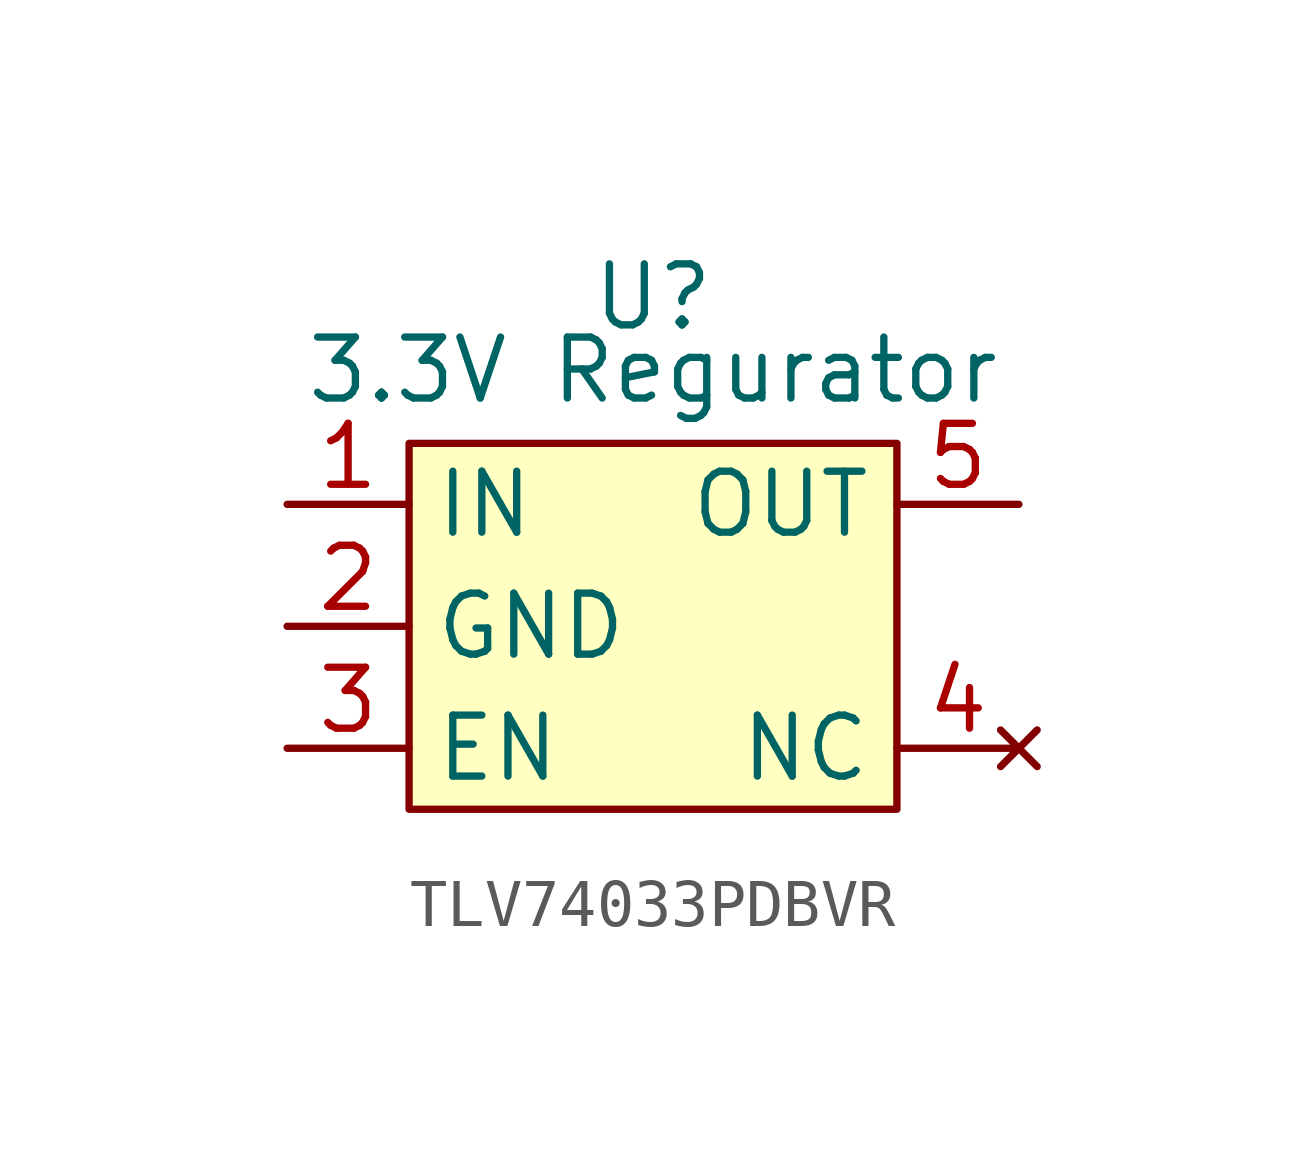
<source format=kicad_sym>
(kicad_symbol_lib
  (version 20241209)
  (generator "kicad_symbol_editor")
  (generator_version "9.0")
  (symbol "TLV74033PDBVR"
    (property "Reference" "U"
      (at 0 8.128 0)
      (effects (font (size 1.27 1.27))))
    (property "Value" "3.3V Regurator"
      (at 0 6.604 0)
      (effects (font (size 1.27 1.27))))
    (symbol "TLV74033PDBVR_1_1"
      (rectangle (start -5.08 5.08) (end 5.08 -2.54) (stroke (width 0) (type solid)) (fill (type background)))
      (pin power_in line (at -7.62 3.81 0) (length 2.54) (name "IN" (effects (font (size 1.27 1.27)))) (number "1" (effects (font (size 1.27 1.27)))))
      (pin power_out line (at -7.62 1.27 0) (length 2.54) (name "GND" (effects (font (size 1.27 1.27)))) (number "2" (effects (font (size 1.27 1.27)))))
      (pin input line (at -7.62 -1.27 0) (length 2.54) (name "EN" (effects (font (size 1.27 1.27)))) (number "3" (effects (font (size 1.27 1.27)))))
      (pin power_out line (at 7.62 3.81 180) (length 2.54) (name "OUT" (effects (font (size 1.27 1.27)))) (number "5" (effects (font (size 1.27 1.27)))))
      (pin no_connect line (at 7.62 -1.27 180) (length 2.54) (name "NC" (effects (font (size 1.27 1.27)))) (number "4" (effects (font (size 1.27 1.27))))))))
</source>
